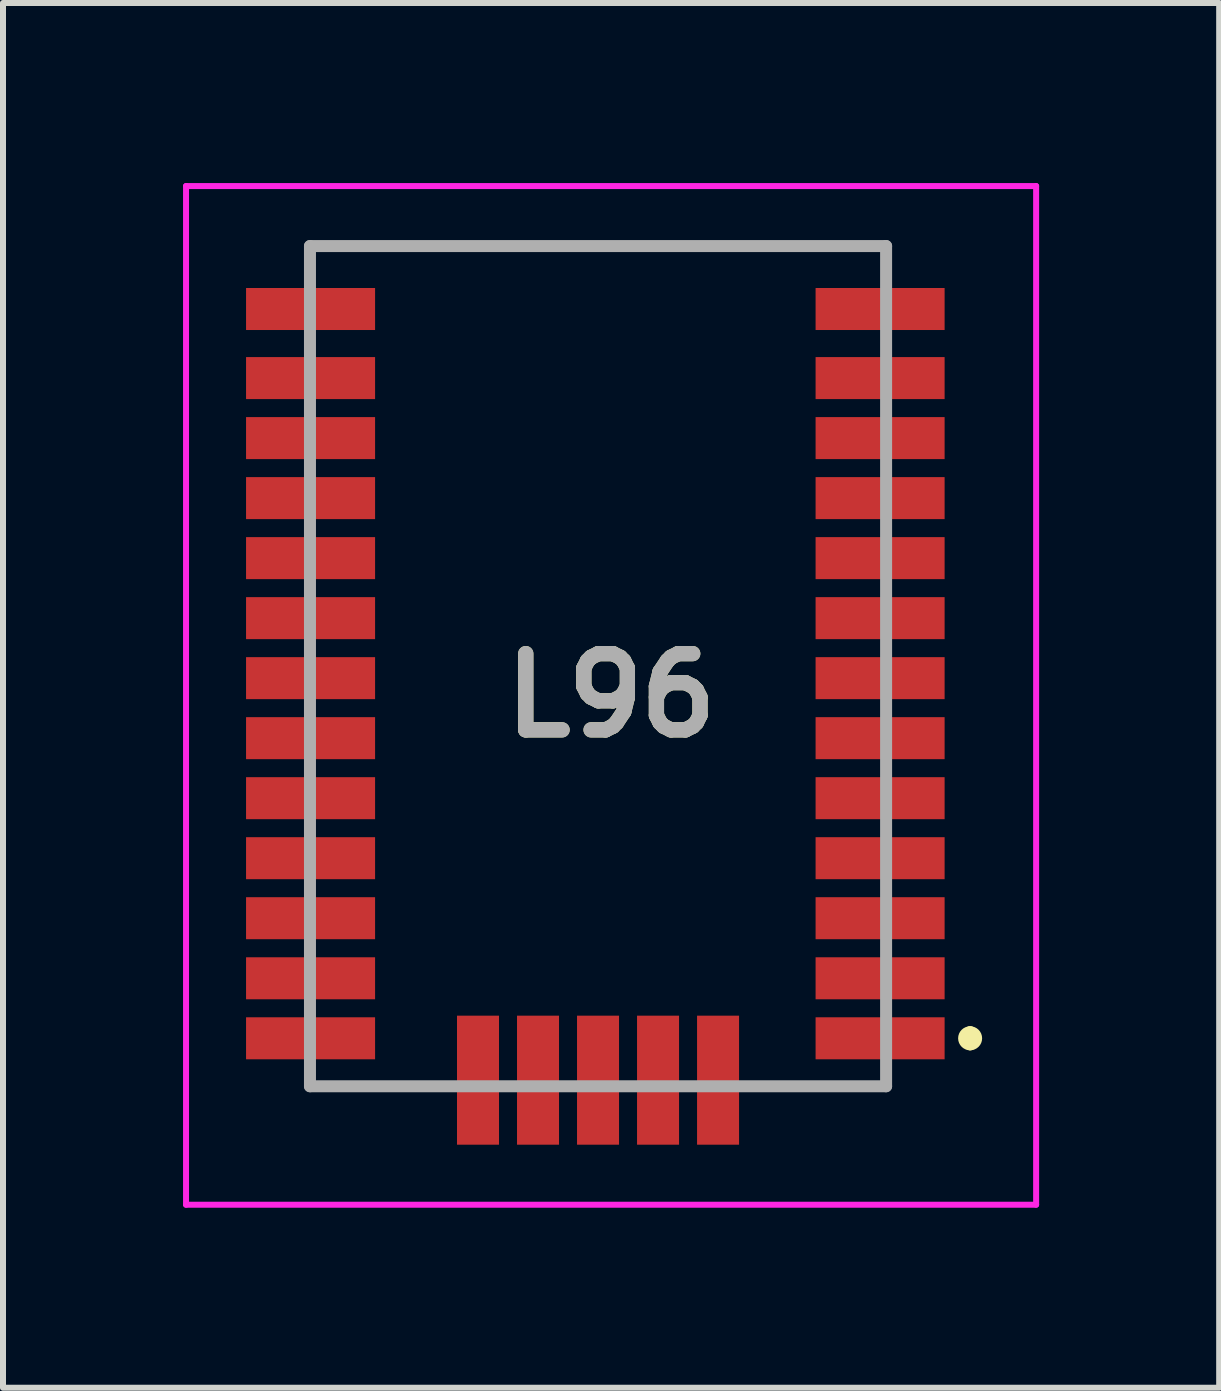
<source format=kicad_pcb>
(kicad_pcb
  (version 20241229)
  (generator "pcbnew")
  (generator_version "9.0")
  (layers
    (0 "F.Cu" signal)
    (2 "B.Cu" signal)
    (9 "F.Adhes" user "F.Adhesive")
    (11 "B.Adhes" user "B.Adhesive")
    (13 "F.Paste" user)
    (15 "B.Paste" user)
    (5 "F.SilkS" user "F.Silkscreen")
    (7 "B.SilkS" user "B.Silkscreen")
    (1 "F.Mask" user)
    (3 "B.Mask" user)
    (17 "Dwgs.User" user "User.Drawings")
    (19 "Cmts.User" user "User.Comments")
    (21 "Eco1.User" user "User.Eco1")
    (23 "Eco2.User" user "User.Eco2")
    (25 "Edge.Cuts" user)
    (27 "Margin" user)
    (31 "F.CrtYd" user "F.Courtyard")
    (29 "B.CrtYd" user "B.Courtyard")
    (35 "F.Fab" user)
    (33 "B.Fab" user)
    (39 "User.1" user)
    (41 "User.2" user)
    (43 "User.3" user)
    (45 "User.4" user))
  (footprint "L96"
    (layer "F.Cu")
    (at 6.869 8.537)
    (property "Reference" "L96" (at 0.263 0 0) (layer "F.SilkS") (effects (font (size 1.27 1.27) (thickness 0.254))))
    (attr smd)
    (fp_line (start -4.754 -7.487) (end 4.846 -7.487) (stroke (width 0.1) (type solid)) (layer "F.SilkS"))
    (fp_line (start -4.754 6.513) (end -2.954 6.513) (stroke (width 0.1) (type solid)) (layer "F.SilkS"))
    (fp_line (start 4.846 6.513) (end 3.046 6.513) (stroke (width 0.1) (type solid)) (layer "F.SilkS"))
    (fp_line (start 6.246 5.614) (end 6.246 5.614) (stroke (width 0.2) (type solid)) (layer "F.SilkS"))
    (fp_line (start 6.246 5.814) (end 6.246 5.814) (stroke (width 0.2) (type solid)) (layer "F.SilkS"))
    (fp_arc (start 6.246 5.614) (mid 6.346 5.714) (end 6.246 5.814) (stroke (width 0.2) (type solid)) (layer "F.SilkS"))
    (fp_arc (start 6.246 5.814) (mid 6.146 5.714) (end 6.246 5.614) (stroke (width 0.2) (type solid)) (layer "F.SilkS"))
    (fp_line (start -6.819 -8.487) (end 7.346 -8.487) (stroke (width 0.1) (type solid)) (layer "F.CrtYd"))
    (fp_line (start -6.819 8.487) (end -6.819 -8.487) (stroke (width 0.1) (type solid)) (layer "F.CrtYd"))
    (fp_line (start 7.346 -8.487) (end 7.346 8.487) (stroke (width 0.1) (type solid)) (layer "F.CrtYd"))
    (fp_line (start 7.346 8.487) (end -6.819 8.487) (stroke (width 0.1) (type solid)) (layer "F.CrtYd"))
    (fp_line (start -4.754 -7.487) (end 4.846 -7.487) (stroke (width 0.2) (type solid)) (layer "F.Fab"))
    (fp_line (start -4.754 6.513) (end -4.754 -7.487) (stroke (width 0.2) (type solid)) (layer "F.Fab"))
    (fp_line (start 4.846 -7.487) (end 4.846 6.513) (stroke (width 0.2) (type solid)) (layer "F.Fab"))
    (fp_line (start 4.846 6.513) (end -4.754 6.513) (stroke (width 0.2) (type solid)) (layer "F.Fab"))
    (fp_text user "${REFERENCE}" (at 0.263 0 0) (layer "F.Fab") (effects (font (size 1.27 1.27) (thickness 0.254))))
    (pad "1" smd rect (at 4.746 5.714 90) (size 0.7 2.15) (layers "F.Cu" "F.Mask" "F.Paste"))
    (pad "2" smd rect (at 4.746 4.714 90) (size 0.7 2.15) (layers "F.Cu" "F.Mask" "F.Paste"))
    (pad "3" smd rect (at 4.746 3.713 90) (size 0.7 2.15) (layers "F.Cu" "F.Mask" "F.Paste"))
    (pad "4" smd rect (at 4.746 2.713 90) (size 0.7 2.15) (layers "F.Cu" "F.Mask" "F.Paste"))
    (pad "5" smd rect (at 4.746 1.713 90) (size 0.7 2.15) (layers "F.Cu" "F.Mask" "F.Paste"))
    (pad "6" smd rect (at 4.746 0.713 90) (size 0.7 2.15) (layers "F.Cu" "F.Mask" "F.Paste"))
    (pad "7" smd rect (at 4.746 -0.287 90) (size 0.7 2.15) (layers "F.Cu" "F.Mask" "F.Paste"))
    (pad "8" smd rect (at 4.746 -1.287 90) (size 0.7 2.15) (layers "F.Cu" "F.Mask" "F.Paste"))
    (pad "9" smd rect (at 4.746 -2.287 90) (size 0.7 2.15) (layers "F.Cu" "F.Mask" "F.Paste"))
    (pad "10" smd rect (at 4.746 -3.287 90) (size 0.7 2.15) (layers "F.Cu" "F.Mask" "F.Paste"))
    (pad "11" smd rect (at 4.746 -4.287 90) (size 0.7 2.15) (layers "F.Cu" "F.Mask" "F.Paste"))
    (pad "12" smd rect (at 4.746 -5.287 90) (size 0.7 2.15) (layers "F.Cu" "F.Mask" "F.Paste"))
    (pad "13" smd rect (at 4.746 -6.438 90) (size 0.7 2.15) (layers "F.Cu" "F.Mask" "F.Paste"))
    (pad "14" smd rect (at -4.744 -6.438 90) (size 0.7 2.15) (layers "F.Cu" "F.Mask" "F.Paste"))
    (pad "15" smd rect (at -4.744 -5.287 90) (size 0.7 2.15) (layers "F.Cu" "F.Mask" "F.Paste"))
    (pad "16" smd rect (at -4.744 -4.287 90) (size 0.7 2.15) (layers "F.Cu" "F.Mask" "F.Paste"))
    (pad "17" smd rect (at -4.744 -3.287 90) (size 0.7 2.15) (layers "F.Cu" "F.Mask" "F.Paste"))
    (pad "18" smd rect (at -4.744 -2.287 90) (size 0.7 2.15) (layers "F.Cu" "F.Mask" "F.Paste"))
    (pad "19" smd rect (at -4.744 -1.287 90) (size 0.7 2.15) (layers "F.Cu" "F.Mask" "F.Paste"))
    (pad "20" smd rect (at -4.744 -0.287 90) (size 0.7 2.15) (layers "F.Cu" "F.Mask" "F.Paste"))
    (pad "21" smd rect (at -4.744 0.713 90) (size 0.7 2.15) (layers "F.Cu" "F.Mask" "F.Paste"))
    (pad "22" smd rect (at -4.744 1.713 90) (size 0.7 2.15) (layers "F.Cu" "F.Mask" "F.Paste"))
    (pad "23" smd rect (at -4.744 2.713 90) (size 0.7 2.15) (layers "F.Cu" "F.Mask" "F.Paste"))
    (pad "24" smd rect (at -4.744 3.713 90) (size 0.7 2.15) (layers "F.Cu" "F.Mask" "F.Paste"))
    (pad "25" smd rect (at -4.744 4.714 90) (size 0.7 2.15) (layers "F.Cu" "F.Mask" "F.Paste"))
    (pad "26" smd rect (at -4.744 5.714 90) (size 0.7 2.15) (layers "F.Cu" "F.Mask" "F.Paste"))
    (pad "27" smd rect (at -1.954 6.412) (size 0.7 2.15) (layers "F.Cu" "F.Mask" "F.Paste"))
    (pad "28" smd rect (at -0.954 6.412) (size 0.7 2.15) (layers "F.Cu" "F.Mask" "F.Paste"))
    (pad "29" smd rect (at 0.046 6.412) (size 0.7 2.15) (layers "F.Cu" "F.Mask" "F.Paste"))
    (pad "30" smd rect (at 1.046 6.412) (size 0.7 2.15) (layers "F.Cu" "F.Mask" "F.Paste"))
    (pad "31" smd rect (at 2.046 6.412) (size 0.7 2.15) (layers "F.Cu" "F.Mask" "F.Paste")))
  (gr_rect
    (start -3 -3)
    (end 17.265 20.074)
    (stroke (width 0.1) (type default))
    (fill no)
    (layer "Edge.Cuts")))
</source>
